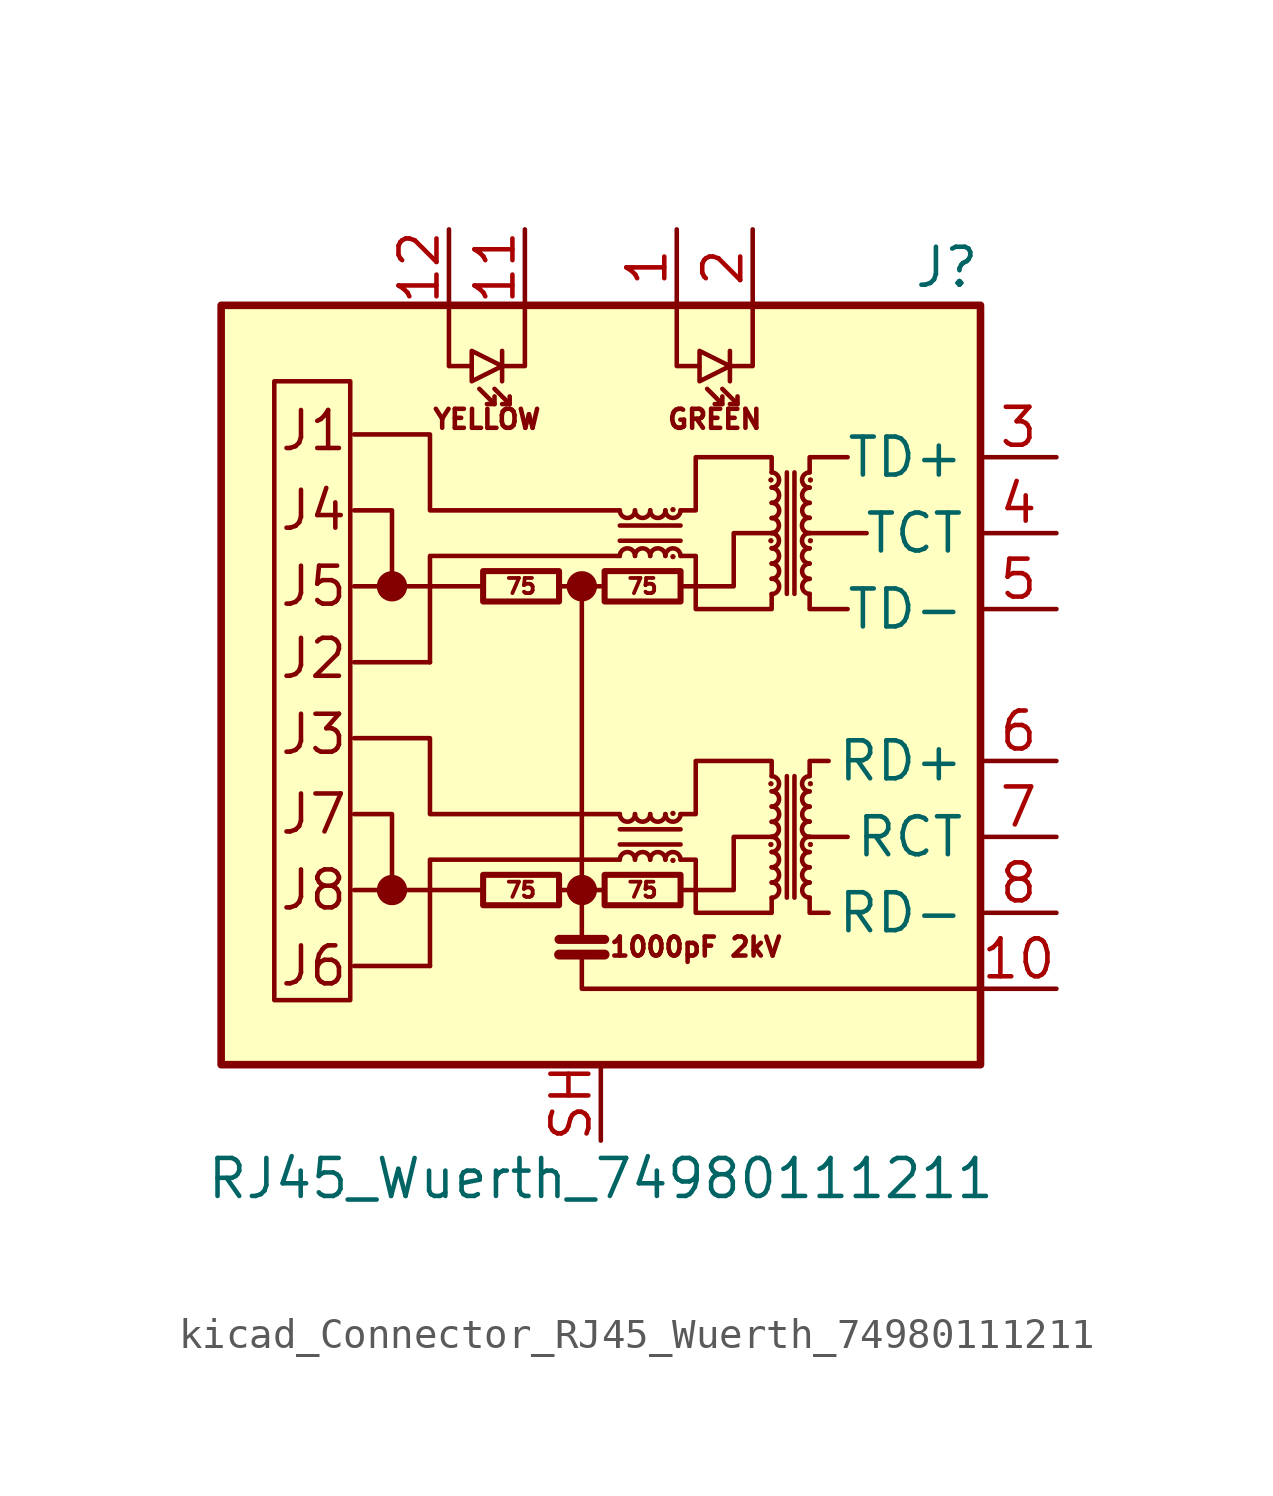
<source format=kicad_sym>
(kicad_symbol_lib
  (version 20220914)
  (generator kicad_symbol_editor)
  (symbol "kicad_Connector_RJ45_Wuerth_74980111211"
    (property "Reference" "J"
      (at 12.7 13.97 0)
      (effects (font (size 1.27 1.27)) (justify right)))
    (property "Value" "RJ45_Wuerth_74980111211"
      (at 0 -16.51 0)
      (effects (font (size 1.27 1.27))))
    (symbol "kicad_Connector_RJ45_Wuerth_74980111211_0_0"
      (rectangle (start -12.7 12.7) (end 12.7 -12.7) (stroke (width 0.254) (type default)) (fill (type background)))
      (circle (center -6.985 -6.858) (radius 0.0001) (stroke (width 0.508) (type default)) (fill (type none)))
      (circle (center -6.985 3.302) (radius 0.0001) (stroke (width 0.508) (type default)) (fill (type none)))
      (circle (center -0.635 -6.858) (radius 0.0001) (stroke (width 0.508) (type default)) (fill (type none)))
      (circle (center -0.635 3.302) (radius 0.0001) (stroke (width 0.508) (type default)) (fill (type none)))
      (polyline (pts (xy -3.937 -6.858) (xy -8.255 -6.858)) (stroke (width 0) (type default)) (fill (type none)))
      (polyline (pts (xy -3.937 3.302) (xy -8.255 3.302)) (stroke (width 0) (type default)) (fill (type none)))
      (polyline (pts (xy 8.255 -5.08) (xy 6.985 -5.08)) (stroke (width 0) (type default)) (fill (type none)))
      (polyline (pts (xy 8.89 5.08) (xy 6.985 5.08)) (stroke (width 0) (type default)) (fill (type none)))
      (polyline (pts (xy -0.635 -9.017) (xy -0.635 -10.16) (xy 12.7 -10.16)) (stroke (width 0) (type default)) (fill (type none)))
      (polyline (pts (xy 0.635 -4.318) (xy -5.715 -4.318) (xy -5.715 -1.778) (xy -8.255 -1.778)) (stroke (width 0) (type default)) (fill (type none)))
      (polyline (pts (xy 0.635 5.842) (xy -5.715 5.842) (xy -5.715 8.382) (xy -8.255 8.382)) (stroke (width 0) (type default)) (fill (type none)))
      (polyline (pts (xy 2.667 -6.858) (xy 4.445 -6.858) (xy 4.445 -5.08) (xy 5.715 -5.08)) (stroke (width 0) (type default)) (fill (type none)))
      (polyline (pts (xy 2.667 3.302) (xy 4.445 3.302) (xy 4.445 5.08) (xy 5.715 5.08)) (stroke (width 0) (type default)) (fill (type none)))
      (text "1000pF 2kV" (at 3.175 -8.763 0) (effects (font (size 0.635 0.635))))
      (text "GREEN" (at 3.81 8.89 0) (effects (font (size 0.635 0.635))))
      (text "J1" (at -10.795 8.509 0) (effects (font (size 1.27 1.27)) (justify left)))
      (text "J2" (at -10.795 0.889 0) (effects (font (size 1.27 1.27)) (justify left)))
      (text "J3" (at -10.795 -1.651 0) (effects (font (size 1.27 1.27)) (justify left)))
      (text "J4" (at -10.795 5.842 0) (effects (font (size 1.27 1.27)) (justify left)))
      (text "J5" (at -10.795 3.302 0) (effects (font (size 1.27 1.27)) (justify left)))
      (text "J6" (at -10.795 -9.398 0) (effects (font (size 1.27 1.27)) (justify left)))
      (text "J7" (at -10.795 -4.318 0) (effects (font (size 1.27 1.27)) (justify left)))
      (text "J8" (at -10.795 -6.858 0) (effects (font (size 1.27 1.27)) (justify left)))
      (text "YELLOW" (at -3.81 8.89 0) (effects (font (size 0.635 0.635)))))
    (symbol "kicad_Connector_RJ45_Wuerth_74980111211_0_1"
      (rectangle (start -8.382 -10.541) (end -10.922 10.16) (stroke (width 0) (type default)) (fill (type none)))
      (rectangle (start -3.937 -7.366) (end -1.397 -6.35) (stroke (width 0.203) (type default)) (fill (type none)))
      (rectangle (start -3.937 2.794) (end -1.397 3.81) (stroke (width 0.203) (type default)) (fill (type none)))
      (polyline (pts (xy -5.715 -9.398) (xy -8.255 -9.398)) (stroke (width 0) (type default)) (fill (type none)))
      (polyline (pts (xy -5.715 0.762) (xy -8.255 0.762)) (stroke (width 0) (type default)) (fill (type none)))
      (polyline (pts (xy -3.556 9.398) (xy -4.064 9.906)) (stroke (width 0) (type default)) (fill (type none)))
      (polyline (pts (xy -3.302 11.176) (xy -3.302 10.16)) (stroke (width 0) (type default)) (fill (type none)))
      (polyline (pts (xy -3.048 9.398) (xy -3.556 9.906)) (stroke (width 0) (type default)) (fill (type none)))
      (polyline (pts (xy -1.397 -9.017) (xy 0.127 -9.017)) (stroke (width 0.33) (type default)) (fill (type none)))
      (polyline (pts (xy -1.397 -8.509) (xy 0.127 -8.509)) (stroke (width 0.305) (type default)) (fill (type none)))
      (polyline (pts (xy -0.635 3.302) (xy -1.397 3.302)) (stroke (width 0) (type default)) (fill (type none)))
      (polyline (pts (xy 0.127 -6.858) (xy -1.397 -6.858)) (stroke (width 0) (type default)) (fill (type none)))
      (polyline (pts (xy 0.635 -5.334) (xy 2.667 -5.334)) (stroke (width 0) (type default)) (fill (type none)))
      (polyline (pts (xy 0.635 4.826) (xy 2.667 4.826)) (stroke (width 0) (type default)) (fill (type none)))
      (polyline (pts (xy 2.667 -4.826) (xy 0.635 -4.826)) (stroke (width 0) (type default)) (fill (type none)))
      (polyline (pts (xy 2.667 5.334) (xy 0.635 5.334)) (stroke (width 0) (type default)) (fill (type none)))
      (polyline (pts (xy 4.064 9.398) (xy 3.556 9.906)) (stroke (width 0) (type default)) (fill (type none)))
      (polyline (pts (xy 4.318 11.176) (xy 4.318 10.16)) (stroke (width 0) (type default)) (fill (type none)))
      (polyline (pts (xy 4.572 9.398) (xy 4.064 9.906)) (stroke (width 0) (type default)) (fill (type none)))
      (polyline (pts (xy 6.223 -3.048) (xy 6.223 -7.112)) (stroke (width 0) (type default)) (fill (type none)))
      (polyline (pts (xy 6.223 7.112) (xy 6.223 3.048)) (stroke (width 0) (type default)) (fill (type none)))
      (polyline (pts (xy 6.477 -7.112) (xy 6.477 -3.048)) (stroke (width 0) (type default)) (fill (type none)))
      (polyline (pts (xy 6.477 3.048) (xy 6.477 7.112)) (stroke (width 0) (type default)) (fill (type none)))
      (polyline (pts (xy -6.985 -6.858) (xy -6.985 -4.318) (xy -8.255 -4.318)) (stroke (width 0) (type default)) (fill (type none)))
      (polyline (pts (xy -6.985 3.302) (xy -6.985 5.842) (xy -8.255 5.842)) (stroke (width 0) (type default)) (fill (type none)))
      (polyline (pts (xy -5.08 12.7) (xy -5.08 10.668) (xy -4.318 10.668)) (stroke (width 0) (type default)) (fill (type none)))
      (polyline (pts (xy -3.556 9.652) (xy -3.556 9.398) (xy -3.81 9.398)) (stroke (width 0) (type default)) (fill (type none)))
      (polyline (pts (xy -3.048 9.652) (xy -3.048 9.398) (xy -3.302 9.398)) (stroke (width 0) (type default)) (fill (type none)))
      (polyline (pts (xy -2.54 12.7) (xy -2.54 10.668) (xy -3.302 10.668)) (stroke (width 0) (type default)) (fill (type none)))
      (polyline (pts (xy -0.635 -8.509) (xy -0.635 3.302) (xy 0 3.302)) (stroke (width 0) (type default)) (fill (type none)))
      (polyline (pts (xy 0.635 -5.842) (xy -5.715 -5.842) (xy -5.715 -9.398)) (stroke (width 0) (type default)) (fill (type none)))
      (polyline (pts (xy 0.635 4.318) (xy -5.715 4.318) (xy -5.715 0.762)) (stroke (width 0) (type default)) (fill (type none)))
      (polyline (pts (xy 2.54 12.7) (xy 2.54 10.668) (xy 3.302 10.668)) (stroke (width 0) (type default)) (fill (type none)))
      (polyline (pts (xy 4.064 9.652) (xy 4.064 9.398) (xy 3.81 9.398)) (stroke (width 0) (type default)) (fill (type none)))
      (polyline (pts (xy 4.572 9.652) (xy 4.572 9.398) (xy 4.318 9.398)) (stroke (width 0) (type default)) (fill (type none)))
      (polyline (pts (xy 5.08 12.7) (xy 5.08 10.668) (xy 4.318 10.668)) (stroke (width 0) (type default)) (fill (type none)))
      (polyline (pts (xy 6.985 -7.112) (xy 6.985 -7.62) (xy 7.62 -7.62)) (stroke (width 0) (type default)) (fill (type none)))
      (polyline (pts (xy 6.985 -3.048) (xy 6.985 -2.54) (xy 7.62 -2.54)) (stroke (width 0) (type default)) (fill (type none)))
      (polyline (pts (xy 6.985 3.048) (xy 6.985 2.54) (xy 8.255 2.54)) (stroke (width 0) (type default)) (fill (type none)))
      (polyline (pts (xy 6.985 7.112) (xy 6.985 7.62) (xy 8.255 7.62)) (stroke (width 0) (type default)) (fill (type none)))
      (polyline (pts (xy -3.302 10.668) (xy -4.318 11.176) (xy -4.318 10.16) (xy -3.302 10.668)) (stroke (width 0) (type default)) (fill (type none)))
      (polyline (pts (xy 4.318 10.668) (xy 3.302 11.176) (xy 3.302 10.16) (xy 4.318 10.668)) (stroke (width 0) (type default)) (fill (type none)))
      (polyline (pts (xy 2.667 -4.318) (xy 3.175 -4.318) (xy 3.175 -2.54) (xy 5.715 -2.54) (xy 5.715 -3.048)) (stroke (width 0) (type default)) (fill (type none)))
      (polyline (pts (xy 2.667 5.842) (xy 3.175 5.842) (xy 3.175 7.62) (xy 5.715 7.62) (xy 5.715 7.112)) (stroke (width 0) (type default)) (fill (type none)))
      (polyline (pts (xy 5.715 -7.112) (xy 5.715 -7.62) (xy 3.175 -7.62) (xy 3.175 -5.842) (xy 2.667 -5.842)) (stroke (width 0) (type default)) (fill (type none)))
      (polyline (pts (xy 5.715 3.048) (xy 5.715 2.54) (xy 3.175 2.54) (xy 3.175 4.318) (xy 2.667 4.318)) (stroke (width 0) (type default)) (fill (type none)))
      (rectangle (start 0.127 -7.366) (end 2.667 -6.35) (stroke (width 0.203) (type default)) (fill (type none)))
      (rectangle (start 0.127 2.794) (end 2.667 3.81) (stroke (width 0.203) (type default)) (fill (type none)))
      (arc (start 0.635 -4.318) (mid 0.889 -4.5709) (end 1.143 -4.318) (stroke (width 0) (type default)) (fill (type none)))
      (arc (start 0.635 5.842) (mid 0.889 5.5891) (end 1.143 5.842) (stroke (width 0) (type default)) (fill (type none)))
      (arc (start 1.143 -5.842) (mid 0.889 -5.5891) (end 0.635 -5.842) (stroke (width 0) (type default)) (fill (type none)))
      (arc (start 1.143 -4.318) (mid 1.397 -4.5709) (end 1.651 -4.318) (stroke (width 0) (type default)) (fill (type none)))
      (arc (start 1.143 4.318) (mid 0.889 4.5709) (end 0.635 4.318) (stroke (width 0) (type default)) (fill (type none)))
      (arc (start 1.143 5.842) (mid 1.397 5.5891) (end 1.651 5.842) (stroke (width 0) (type default)) (fill (type none)))
      (arc (start 1.651 -5.842) (mid 1.397 -5.5891) (end 1.143 -5.842) (stroke (width 0) (type default)) (fill (type none)))
      (arc (start 1.651 -4.318) (mid 1.905 -4.5709) (end 2.159 -4.318) (stroke (width 0) (type default)) (fill (type none)))
      (arc (start 1.651 4.318) (mid 1.397 4.5709) (end 1.143 4.318) (stroke (width 0) (type default)) (fill (type none)))
      (arc (start 1.651 5.842) (mid 1.905 5.5891) (end 2.159 5.842) (stroke (width 0) (type default)) (fill (type none)))
      (arc (start 2.159 -5.842) (mid 1.905 -5.5891) (end 1.651 -5.842) (stroke (width 0) (type default)) (fill (type none)))
      (arc (start 2.159 -4.318) (mid 2.413 -4.5709) (end 2.667 -4.318) (stroke (width 0) (type default)) (fill (type none)))
      (arc (start 2.159 4.318) (mid 1.905 4.5709) (end 1.651 4.318) (stroke (width 0) (type default)) (fill (type none)))
      (arc (start 2.159 5.842) (mid 2.413 5.5891) (end 2.667 5.842) (stroke (width 0) (type default)) (fill (type none)))
      (circle (center 2.413 -5.867) (radius 0.076) (stroke (width 0.025) (type default)) (fill (type outline)))
      (circle (center 2.413 -4.293) (radius 0.076) (stroke (width 0.025) (type default)) (fill (type outline)))
      (circle (center 2.413 4.293) (radius 0.076) (stroke (width 0.025) (type default)) (fill (type outline)))
      (circle (center 2.413 5.867) (radius 0.076) (stroke (width 0.025) (type default)) (fill (type outline)))
      (arc (start 2.667 -5.842) (mid 2.413 -5.5891) (end 2.159 -5.842) (stroke (width 0) (type default)) (fill (type none)))
      (arc (start 2.667 4.318) (mid 2.413 4.5709) (end 2.159 4.318) (stroke (width 0) (type default)) (fill (type none)))
      (circle (center 5.69 -5.334) (radius 0.076) (stroke (width 0.025) (type default)) (fill (type outline)))
      (circle (center 5.69 -3.302) (radius 0.076) (stroke (width 0.025) (type default)) (fill (type outline)))
      (circle (center 5.69 4.826) (radius 0.076) (stroke (width 0.025) (type default)) (fill (type outline)))
      (circle (center 5.69 6.858) (radius 0.076) (stroke (width 0.025) (type default)) (fill (type outline)))
      (arc (start 5.715 -7.112) (mid 5.9679 -6.858) (end 5.715 -6.604) (stroke (width 0) (type default)) (fill (type none)))
      (arc (start 5.715 -6.604) (mid 5.9679 -6.35) (end 5.715 -6.096) (stroke (width 0) (type default)) (fill (type none)))
      (arc (start 5.715 -6.096) (mid 5.9679 -5.842) (end 5.715 -5.588) (stroke (width 0) (type default)) (fill (type none)))
      (arc (start 5.715 -5.588) (mid 5.9679 -5.334) (end 5.715 -5.08) (stroke (width 0) (type default)) (fill (type none)))
      (arc (start 5.715 -5.08) (mid 5.9679 -4.826) (end 5.715 -4.572) (stroke (width 0) (type default)) (fill (type none)))
      (arc (start 5.715 -4.572) (mid 5.9679 -4.318) (end 5.715 -4.064) (stroke (width 0) (type default)) (fill (type none)))
      (arc (start 5.715 -4.064) (mid 5.9679 -3.81) (end 5.715 -3.556) (stroke (width 0) (type default)) (fill (type none)))
      (arc (start 5.715 -3.556) (mid 5.9679 -3.302) (end 5.715 -3.048) (stroke (width 0) (type default)) (fill (type none)))
      (arc (start 5.715 3.048) (mid 5.9679 3.302) (end 5.715 3.556) (stroke (width 0) (type default)) (fill (type none)))
      (arc (start 5.715 3.556) (mid 5.9679 3.81) (end 5.715 4.064) (stroke (width 0) (type default)) (fill (type none)))
      (arc (start 5.715 4.064) (mid 5.9679 4.318) (end 5.715 4.572) (stroke (width 0) (type default)) (fill (type none)))
      (arc (start 5.715 4.572) (mid 5.9679 4.826) (end 5.715 5.08) (stroke (width 0) (type default)) (fill (type none)))
      (arc (start 5.715 5.08) (mid 5.9679 5.334) (end 5.715 5.588) (stroke (width 0) (type default)) (fill (type none)))
      (arc (start 5.715 5.588) (mid 5.9679 5.842) (end 5.715 6.096) (stroke (width 0) (type default)) (fill (type none)))
      (arc (start 5.715 6.096) (mid 5.9679 6.35) (end 5.715 6.604) (stroke (width 0) (type default)) (fill (type none)))
      (arc (start 5.715 6.604) (mid 5.9679 6.858) (end 5.715 7.112) (stroke (width 0) (type default)) (fill (type none)))
      (arc (start 6.985 -6.604) (mid 6.7321 -6.858) (end 6.985 -7.112) (stroke (width 0) (type default)) (fill (type none)))
      (arc (start 6.985 -6.096) (mid 6.7321 -6.35) (end 6.985 -6.604) (stroke (width 0) (type default)) (fill (type none)))
      (arc (start 6.985 -5.588) (mid 6.7321 -5.842) (end 6.985 -6.096) (stroke (width 0) (type default)) (fill (type none)))
      (arc (start 6.985 -5.08) (mid 6.7321 -5.334) (end 6.985 -5.588) (stroke (width 0) (type default)) (fill (type none)))
      (arc (start 6.985 -4.572) (mid 6.7321 -4.826) (end 6.985 -5.08) (stroke (width 0) (type default)) (fill (type none)))
      (arc (start 6.985 -4.064) (mid 6.7321 -4.318) (end 6.985 -4.572) (stroke (width 0) (type default)) (fill (type none)))
      (arc (start 6.985 -3.556) (mid 6.7321 -3.81) (end 6.985 -4.064) (stroke (width 0) (type default)) (fill (type none)))
      (arc (start 6.985 -3.048) (mid 6.7321 -3.302) (end 6.985 -3.556) (stroke (width 0) (type default)) (fill (type none)))
      (arc (start 6.985 3.556) (mid 6.7321 3.302) (end 6.985 3.048) (stroke (width 0) (type default)) (fill (type none)))
      (arc (start 6.985 4.064) (mid 6.7321 3.81) (end 6.985 3.556) (stroke (width 0) (type default)) (fill (type none)))
      (arc (start 6.985 4.572) (mid 6.7321 4.318) (end 6.985 4.064) (stroke (width 0) (type default)) (fill (type none)))
      (arc (start 6.985 5.08) (mid 6.7321 4.826) (end 6.985 4.572) (stroke (width 0) (type default)) (fill (type none)))
      (arc (start 6.985 5.588) (mid 6.7321 5.334) (end 6.985 5.08) (stroke (width 0) (type default)) (fill (type none)))
      (arc (start 6.985 6.096) (mid 6.7321 5.842) (end 6.985 5.588) (stroke (width 0) (type default)) (fill (type none)))
      (arc (start 6.985 6.604) (mid 6.7321 6.35) (end 6.985 6.096) (stroke (width 0) (type default)) (fill (type none)))
      (arc (start 6.985 7.112) (mid 6.7321 6.858) (end 6.985 6.604) (stroke (width 0) (type default)) (fill (type none)))
      (circle (center 7.01 -5.334) (radius 0.076) (stroke (width 0.025) (type default)) (fill (type outline)))
      (circle (center 7.01 -3.302) (radius 0.076) (stroke (width 0.025) (type default)) (fill (type outline)))
      (circle (center 7.01 4.826) (radius 0.076) (stroke (width 0.025) (type default)) (fill (type outline)))
      (circle (center 7.01 6.858) (radius 0.076) (stroke (width 0.025) (type default)) (fill (type outline))))
    (symbol "kicad_Connector_RJ45_Wuerth_74980111211_1_0"
      (text "75" (at -2.667 -6.858 0) (effects (font (size 0.508 0.508))))
      (text "75" (at -2.667 3.302 0) (effects (font (size 0.508 0.508))))
      (text "75" (at 1.397 -6.858 0) (effects (font (size 0.508 0.508))))
      (text "75" (at 1.397 3.302 0) (effects (font (size 0.508 0.508)))))
    (symbol "kicad_Connector_RJ45_Wuerth_74980111211_1_1"
      (pin passive line (at 2.54 15.24 270) (length 2.54) (name "~" (effects (font (size 1.27 1.27)))) (number "1" (effects (font (size 1.27 1.27)))))
      (pin passive line (at 15.24 -10.16 180) (length 2.54) (name "~" (effects (font (size 1.27 1.27)))) (number "10" (effects (font (size 1.27 1.27)))))
      (pin passive line (at -2.54 15.24 270) (length 2.54) (name "~" (effects (font (size 1.27 1.27)))) (number "11" (effects (font (size 1.27 1.27)))))
      (pin passive line (at -5.08 15.24 270) (length 2.54) (name "~" (effects (font (size 1.27 1.27)))) (number "12" (effects (font (size 1.27 1.27)))))
      (pin passive line (at 5.08 15.24 270) (length 2.54) (name "~" (effects (font (size 1.27 1.27)))) (number "2" (effects (font (size 1.27 1.27)))))
      (pin passive line (at 15.24 7.62 180) (length 2.54) (name "TD+" (effects (font (size 1.27 1.27)))) (number "3" (effects (font (size 1.27 1.27)))))
      (pin passive line (at 15.24 5.08 180) (length 2.54) (name "TCT" (effects (font (size 1.27 1.27)))) (number "4" (effects (font (size 1.27 1.27)))))
      (pin passive line (at 15.24 2.54 180) (length 2.54) (name "TD-" (effects (font (size 1.27 1.27)))) (number "5" (effects (font (size 1.27 1.27)))))
      (pin passive line (at 15.24 -2.54 180) (length 2.54) (name "RD+" (effects (font (size 1.27 1.27)))) (number "6" (effects (font (size 1.27 1.27)))))
      (pin passive line (at 15.24 -5.08 180) (length 2.54) (name "RCT" (effects (font (size 1.27 1.27)))) (number "7" (effects (font (size 1.27 1.27)))))
      (pin passive line (at 15.24 -7.62 180) (length 2.54) (name "RD-" (effects (font (size 1.27 1.27)))) (number "8" (effects (font (size 1.27 1.27)))))
      (pin passive line (at 0 -15.24 90) (length 2.54) (name "~" (effects (font (size 1.27 1.27)))) (number "SH" (effects (font (size 1.27 1.27))))))))
</source>
